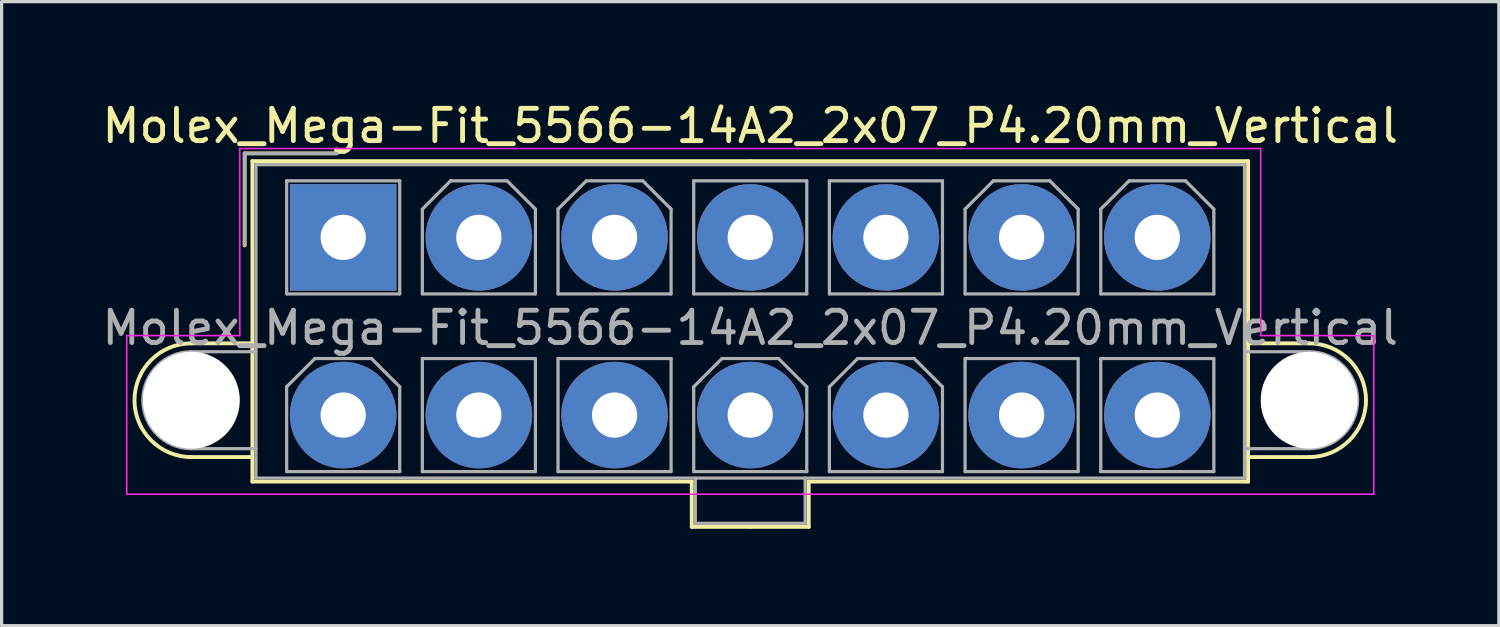
<source format=kicad_pcb>
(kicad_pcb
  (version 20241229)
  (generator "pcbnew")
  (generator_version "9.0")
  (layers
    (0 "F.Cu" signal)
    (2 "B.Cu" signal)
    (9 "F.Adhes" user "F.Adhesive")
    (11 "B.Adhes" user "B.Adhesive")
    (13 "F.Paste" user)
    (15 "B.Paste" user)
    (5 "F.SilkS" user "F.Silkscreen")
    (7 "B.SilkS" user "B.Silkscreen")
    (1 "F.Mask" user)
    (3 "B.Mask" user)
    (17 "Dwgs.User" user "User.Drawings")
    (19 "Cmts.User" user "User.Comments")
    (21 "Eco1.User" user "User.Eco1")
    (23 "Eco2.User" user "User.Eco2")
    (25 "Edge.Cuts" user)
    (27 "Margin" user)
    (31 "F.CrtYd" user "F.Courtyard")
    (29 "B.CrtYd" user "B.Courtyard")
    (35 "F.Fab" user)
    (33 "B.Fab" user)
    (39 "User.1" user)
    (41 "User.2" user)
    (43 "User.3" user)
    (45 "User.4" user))
  (footprint "Molex_Mega-Fit_5566-14A2_2x07_P4.20mm_Vertical"
    (layer "F.Cu")
    (at 7.573 4.298)
    (property "Reference" "Molex_Mega-Fit_5566-14A2_2x07_P4.20mm_Vertical" (at 12.6 -3.45 0) (layer "F.SilkS") (effects (font (size 1 1) (thickness 0.15))))
    (attr through_hole)
    (fp_line (start -4.7 3.28) (end -2.81 3.28) (stroke (width 0.12) (type solid)) (layer "F.SilkS"))
    (fp_line (start -4.7 6.8) (end -2.81 6.8) (stroke (width 0.12) (type solid)) (layer "F.SilkS"))
    (fp_line (start -3.05 -2.6) (end -3.05 0.25) (stroke (width 0.12) (type solid)) (layer "F.SilkS"))
    (fp_line (start -2.81 -2.36) (end -2.81 7.56) (stroke (width 0.12) (type solid)) (layer "F.SilkS"))
    (fp_line (start -2.81 7.56) (end 10.79 7.56) (stroke (width 0.12) (type solid)) (layer "F.SilkS"))
    (fp_line (start -0.2 -2.6) (end -3.05 -2.6) (stroke (width 0.12) (type solid)) (layer "F.SilkS"))
    (fp_line (start 10.79 7.56) (end 10.79 8.96) (stroke (width 0.12) (type solid)) (layer "F.SilkS"))
    (fp_line (start 10.79 8.96) (end 12.6 8.96) (stroke (width 0.12) (type solid)) (layer "F.SilkS"))
    (fp_line (start 12.6 -2.36) (end -2.81 -2.36) (stroke (width 0.12) (type solid)) (layer "F.SilkS"))
    (fp_line (start 12.6 -2.36) (end 28.01 -2.36) (stroke (width 0.12) (type solid)) (layer "F.SilkS"))
    (fp_line (start 14.41 7.56) (end 14.41 8.96) (stroke (width 0.12) (type solid)) (layer "F.SilkS"))
    (fp_line (start 14.41 8.96) (end 12.6 8.96) (stroke (width 0.12) (type solid)) (layer "F.SilkS"))
    (fp_line (start 28.01 -2.36) (end 28.01 7.56) (stroke (width 0.12) (type solid)) (layer "F.SilkS"))
    (fp_line (start 28.01 7.56) (end 14.41 7.56) (stroke (width 0.12) (type solid)) (layer "F.SilkS"))
    (fp_line (start 29.9 3.28) (end 28.01 3.28) (stroke (width 0.12) (type solid)) (layer "F.SilkS"))
    (fp_line (start 29.9 6.8) (end 28.01 6.8) (stroke (width 0.12) (type solid)) (layer "F.SilkS"))
    (fp_arc (start -4.7 6.8) (mid -6.46 5.04) (end -4.7 3.28) (stroke (width 0.12) (type solid)) (layer "F.SilkS"))
    (fp_arc (start 29.9 3.28) (mid 31.66 5.04) (end 29.9 6.8) (stroke (width 0.12) (type solid)) (layer "F.SilkS"))
    (fp_line (start -6.7 3.04) (end -6.7 7.95) (stroke (width 0.05) (type solid)) (layer "F.CrtYd"))
    (fp_line (start -6.7 7.95) (end 31.9 7.95) (stroke (width 0.05) (type solid)) (layer "F.CrtYd"))
    (fp_line (start -3.2 -2.75) (end -3.2 3.04) (stroke (width 0.05) (type solid)) (layer "F.CrtYd"))
    (fp_line (start -3.2 3.04) (end -6.7 3.04) (stroke (width 0.05) (type solid)) (layer "F.CrtYd"))
    (fp_line (start 28.4 -2.75) (end -3.2 -2.75) (stroke (width 0.05) (type solid)) (layer "F.CrtYd"))
    (fp_line (start 28.4 3.04) (end 28.4 -2.75) (stroke (width 0.05) (type solid)) (layer "F.CrtYd"))
    (fp_line (start 31.9 3.04) (end 28.4 3.04) (stroke (width 0.05) (type solid)) (layer "F.CrtYd"))
    (fp_line (start 31.9 7.95) (end 31.9 3.04) (stroke (width 0.05) (type solid)) (layer "F.CrtYd"))
    (fp_line (start -4.7 3.54) (end -2.7 3.54) (stroke (width 0.1) (type solid)) (layer "F.Fab"))
    (fp_line (start -4.7 6.54) (end -2.7 6.54) (stroke (width 0.1) (type solid)) (layer "F.Fab"))
    (fp_line (start -3.05 -2.6) (end -3.05 0.25) (stroke (width 0.1) (type solid)) (layer "F.Fab"))
    (fp_line (start -2.7 -2.25) (end -2.7 7.45) (stroke (width 0.1) (type solid)) (layer "F.Fab"))
    (fp_line (start -2.7 7.45) (end 27.9 7.45) (stroke (width 0.1) (type solid)) (layer "F.Fab"))
    (fp_line (start -1.75 -1.75) (end -1.75 1.75) (stroke (width 0.1) (type solid)) (layer "F.Fab"))
    (fp_line (start -1.75 1.75) (end 1.75 1.75) (stroke (width 0.1) (type solid)) (layer "F.Fab"))
    (fp_line (start -1.75 4.625) (end -0.875 3.75) (stroke (width 0.1) (type solid)) (layer "F.Fab"))
    (fp_line (start -1.75 7.25) (end -1.75 4.625) (stroke (width 0.1) (type solid)) (layer "F.Fab"))
    (fp_line (start -0.875 3.75) (end 0.875 3.75) (stroke (width 0.1) (type solid)) (layer "F.Fab"))
    (fp_line (start -0.2 -2.6) (end -3.05 -2.6) (stroke (width 0.1) (type solid)) (layer "F.Fab"))
    (fp_line (start 0.875 3.75) (end 1.75 4.625) (stroke (width 0.1) (type solid)) (layer "F.Fab"))
    (fp_line (start 1.75 -1.75) (end -1.75 -1.75) (stroke (width 0.1) (type solid)) (layer "F.Fab"))
    (fp_line (start 1.75 1.75) (end 1.75 -1.75) (stroke (width 0.1) (type solid)) (layer "F.Fab"))
    (fp_line (start 1.75 4.625) (end 1.75 7.25) (stroke (width 0.1) (type solid)) (layer "F.Fab"))
    (fp_line (start 1.75 7.25) (end -1.75 7.25) (stroke (width 0.1) (type solid)) (layer "F.Fab"))
    (fp_line (start 2.45 -0.875) (end 3.325 -1.75) (stroke (width 0.1) (type solid)) (layer "F.Fab"))
    (fp_line (start 2.45 1.75) (end 2.45 -0.875) (stroke (width 0.1) (type solid)) (layer "F.Fab"))
    (fp_line (start 2.45 3.75) (end 2.45 7.25) (stroke (width 0.1) (type solid)) (layer "F.Fab"))
    (fp_line (start 2.45 7.25) (end 5.95 7.25) (stroke (width 0.1) (type solid)) (layer "F.Fab"))
    (fp_line (start 3.325 -1.75) (end 5.075 -1.75) (stroke (width 0.1) (type solid)) (layer "F.Fab"))
    (fp_line (start 5.075 -1.75) (end 5.95 -0.875) (stroke (width 0.1) (type solid)) (layer "F.Fab"))
    (fp_line (start 5.95 -0.875) (end 5.95 1.75) (stroke (width 0.1) (type solid)) (layer "F.Fab"))
    (fp_line (start 5.95 1.75) (end 2.45 1.75) (stroke (width 0.1) (type solid)) (layer "F.Fab"))
    (fp_line (start 5.95 3.75) (end 2.45 3.75) (stroke (width 0.1) (type solid)) (layer "F.Fab"))
    (fp_line (start 5.95 7.25) (end 5.95 3.75) (stroke (width 0.1) (type solid)) (layer "F.Fab"))
    (fp_line (start 6.65 -0.875) (end 7.525 -1.75) (stroke (width 0.1) (type solid)) (layer "F.Fab"))
    (fp_line (start 6.65 1.75) (end 6.65 -0.875) (stroke (width 0.1) (type solid)) (layer "F.Fab"))
    (fp_line (start 6.65 3.75) (end 6.65 7.25) (stroke (width 0.1) (type solid)) (layer "F.Fab"))
    (fp_line (start 6.65 7.25) (end 10.15 7.25) (stroke (width 0.1) (type solid)) (layer "F.Fab"))
    (fp_line (start 7.525 -1.75) (end 9.275 -1.75) (stroke (width 0.1) (type solid)) (layer "F.Fab"))
    (fp_line (start 9.275 -1.75) (end 10.15 -0.875) (stroke (width 0.1) (type solid)) (layer "F.Fab"))
    (fp_line (start 10.15 -0.875) (end 10.15 1.75) (stroke (width 0.1) (type solid)) (layer "F.Fab"))
    (fp_line (start 10.15 1.75) (end 6.65 1.75) (stroke (width 0.1) (type solid)) (layer "F.Fab"))
    (fp_line (start 10.15 3.75) (end 6.65 3.75) (stroke (width 0.1) (type solid)) (layer "F.Fab"))
    (fp_line (start 10.15 7.25) (end 10.15 3.75) (stroke (width 0.1) (type solid)) (layer "F.Fab"))
    (fp_line (start 10.85 -1.75) (end 10.85 1.75) (stroke (width 0.1) (type solid)) (layer "F.Fab"))
    (fp_line (start 10.85 1.75) (end 14.35 1.75) (stroke (width 0.1) (type solid)) (layer "F.Fab"))
    (fp_line (start 10.85 4.625) (end 11.725 3.75) (stroke (width 0.1) (type solid)) (layer "F.Fab"))
    (fp_line (start 10.85 7.25) (end 10.85 4.625) (stroke (width 0.1) (type solid)) (layer "F.Fab"))
    (fp_line (start 10.9 7.45) (end 10.9 8.85) (stroke (width 0.1) (type solid)) (layer "F.Fab"))
    (fp_line (start 10.9 8.85) (end 14.3 8.85) (stroke (width 0.1) (type solid)) (layer "F.Fab"))
    (fp_line (start 11.725 3.75) (end 13.475 3.75) (stroke (width 0.1) (type solid)) (layer "F.Fab"))
    (fp_line (start 13.475 3.75) (end 14.35 4.625) (stroke (width 0.1) (type solid)) (layer "F.Fab"))
    (fp_line (start 14.3 8.85) (end 14.3 7.45) (stroke (width 0.1) (type solid)) (layer "F.Fab"))
    (fp_line (start 14.35 -1.75) (end 10.85 -1.75) (stroke (width 0.1) (type solid)) (layer "F.Fab"))
    (fp_line (start 14.35 1.75) (end 14.35 -1.75) (stroke (width 0.1) (type solid)) (layer "F.Fab"))
    (fp_line (start 14.35 4.625) (end 14.35 7.25) (stroke (width 0.1) (type solid)) (layer "F.Fab"))
    (fp_line (start 14.35 7.25) (end 10.85 7.25) (stroke (width 0.1) (type solid)) (layer "F.Fab"))
    (fp_line (start 15.05 -1.75) (end 15.05 1.75) (stroke (width 0.1) (type solid)) (layer "F.Fab"))
    (fp_line (start 15.05 1.75) (end 18.55 1.75) (stroke (width 0.1) (type solid)) (layer "F.Fab"))
    (fp_line (start 15.05 4.625) (end 15.925 3.75) (stroke (width 0.1) (type solid)) (layer "F.Fab"))
    (fp_line (start 15.05 7.25) (end 15.05 4.625) (stroke (width 0.1) (type solid)) (layer "F.Fab"))
    (fp_line (start 15.925 3.75) (end 17.675 3.75) (stroke (width 0.1) (type solid)) (layer "F.Fab"))
    (fp_line (start 17.675 3.75) (end 18.55 4.625) (stroke (width 0.1) (type solid)) (layer "F.Fab"))
    (fp_line (start 18.55 -1.75) (end 15.05 -1.75) (stroke (width 0.1) (type solid)) (layer "F.Fab"))
    (fp_line (start 18.55 1.75) (end 18.55 -1.75) (stroke (width 0.1) (type solid)) (layer "F.Fab"))
    (fp_line (start 18.55 4.625) (end 18.55 7.25) (stroke (width 0.1) (type solid)) (layer "F.Fab"))
    (fp_line (start 18.55 7.25) (end 15.05 7.25) (stroke (width 0.1) (type solid)) (layer "F.Fab"))
    (fp_line (start 19.25 -0.875) (end 20.125 -1.75) (stroke (width 0.1) (type solid)) (layer "F.Fab"))
    (fp_line (start 19.25 1.75) (end 19.25 -0.875) (stroke (width 0.1) (type solid)) (layer "F.Fab"))
    (fp_line (start 19.25 3.75) (end 19.25 7.25) (stroke (width 0.1) (type solid)) (layer "F.Fab"))
    (fp_line (start 19.25 7.25) (end 22.75 7.25) (stroke (width 0.1) (type solid)) (layer "F.Fab"))
    (fp_line (start 20.125 -1.75) (end 21.875 -1.75) (stroke (width 0.1) (type solid)) (layer "F.Fab"))
    (fp_line (start 21.875 -1.75) (end 22.75 -0.875) (stroke (width 0.1) (type solid)) (layer "F.Fab"))
    (fp_line (start 22.75 -0.875) (end 22.75 1.75) (stroke (width 0.1) (type solid)) (layer "F.Fab"))
    (fp_line (start 22.75 1.75) (end 19.25 1.75) (stroke (width 0.1) (type solid)) (layer "F.Fab"))
    (fp_line (start 22.75 3.75) (end 19.25 3.75) (stroke (width 0.1) (type solid)) (layer "F.Fab"))
    (fp_line (start 22.75 7.25) (end 22.75 3.75) (stroke (width 0.1) (type solid)) (layer "F.Fab"))
    (fp_line (start 23.45 -0.875) (end 24.325 -1.75) (stroke (width 0.1) (type solid)) (layer "F.Fab"))
    (fp_line (start 23.45 1.75) (end 23.45 -0.875) (stroke (width 0.1) (type solid)) (layer "F.Fab"))
    (fp_line (start 23.45 3.75) (end 23.45 7.25) (stroke (width 0.1) (type solid)) (layer "F.Fab"))
    (fp_line (start 23.45 7.25) (end 26.95 7.25) (stroke (width 0.1) (type solid)) (layer "F.Fab"))
    (fp_line (start 24.325 -1.75) (end 26.075 -1.75) (stroke (width 0.1) (type solid)) (layer "F.Fab"))
    (fp_line (start 26.075 -1.75) (end 26.95 -0.875) (stroke (width 0.1) (type solid)) (layer "F.Fab"))
    (fp_line (start 26.95 -0.875) (end 26.95 1.75) (stroke (width 0.1) (type solid)) (layer "F.Fab"))
    (fp_line (start 26.95 1.75) (end 23.45 1.75) (stroke (width 0.1) (type solid)) (layer "F.Fab"))
    (fp_line (start 26.95 3.75) (end 23.45 3.75) (stroke (width 0.1) (type solid)) (layer "F.Fab"))
    (fp_line (start 26.95 7.25) (end 26.95 3.75) (stroke (width 0.1) (type solid)) (layer "F.Fab"))
    (fp_line (start 27.9 -2.25) (end -2.7 -2.25) (stroke (width 0.1) (type solid)) (layer "F.Fab"))
    (fp_line (start 27.9 7.45) (end 27.9 -2.25) (stroke (width 0.1) (type solid)) (layer "F.Fab"))
    (fp_line (start 29.9 3.54) (end 27.9 3.54) (stroke (width 0.1) (type solid)) (layer "F.Fab"))
    (fp_line (start 29.9 6.54) (end 27.9 6.54) (stroke (width 0.1) (type solid)) (layer "F.Fab"))
    (fp_arc (start -4.7 6.54) (mid -6.2 5.04) (end -4.7 3.54) (stroke (width 0.1) (type solid)) (layer "F.Fab"))
    (fp_arc (start 29.9 3.54) (mid 31.4 5.04) (end 29.9 6.54) (stroke (width 0.1) (type solid)) (layer "F.Fab"))
    (fp_text user "${REFERENCE}" (at 12.6 2.8 0) (layer "F.Fab") (effects (font (size 1 1) (thickness 0.15))))
    (pad "" np_thru_hole circle (at -4.7 5.04) (size 3 3) (drill 3) (layers "*.Cu" "*.Mask"))
    (pad "" np_thru_hole circle (at 29.9 5.04) (size 3 3) (drill 3) (layers "*.Cu" "*.Mask"))
    (pad "1" thru_hole rect (at 0 0) (size 3.3 3.3) (drill 1.4) (layers "*.Cu" "*.Mask"))
    (pad "2" thru_hole circle (at 4.2 0) (size 3.3 3.3) (drill 1.4) (layers "*.Cu" "*.Mask"))
    (pad "3" thru_hole circle (at 8.4 0) (size 3.3 3.3) (drill 1.4) (layers "*.Cu" "*.Mask"))
    (pad "4" thru_hole circle (at 12.6 0) (size 3.3 3.3) (drill 1.4) (layers "*.Cu" "*.Mask"))
    (pad "5" thru_hole circle (at 16.8 0) (size 3.3 3.3) (drill 1.4) (layers "*.Cu" "*.Mask"))
    (pad "6" thru_hole circle (at 21 0) (size 3.3 3.3) (drill 1.4) (layers "*.Cu" "*.Mask"))
    (pad "7" thru_hole circle (at 25.2 0) (size 3.3 3.3) (drill 1.4) (layers "*.Cu" "*.Mask"))
    (pad "8" thru_hole circle (at 0 5.5) (size 3.3 3.3) (drill 1.4) (layers "*.Cu" "*.Mask"))
    (pad "9" thru_hole circle (at 4.2 5.5) (size 3.3 3.3) (drill 1.4) (layers "*.Cu" "*.Mask"))
    (pad "10" thru_hole circle (at 8.4 5.5) (size 3.3 3.3) (drill 1.4) (layers "*.Cu" "*.Mask"))
    (pad "11" thru_hole circle (at 12.6 5.5) (size 3.3 3.3) (drill 1.4) (layers "*.Cu" "*.Mask"))
    (pad "12" thru_hole circle (at 16.8 5.5) (size 3.3 3.3) (drill 1.4) (layers "*.Cu" "*.Mask"))
    (pad "13" thru_hole circle (at 21 5.5) (size 3.3 3.3) (drill 1.4) (layers "*.Cu" "*.Mask"))
    (pad "14" thru_hole circle (at 25.2 5.5) (size 3.3 3.3) (drill 1.4) (layers "*.Cu" "*.Mask")))
  (gr_rect
    (start -3 -3)
    (end 43.345 16.318)
    (stroke (width 0.1) (type default))
    (fill no)
    (layer "Edge.Cuts")))
</source>
